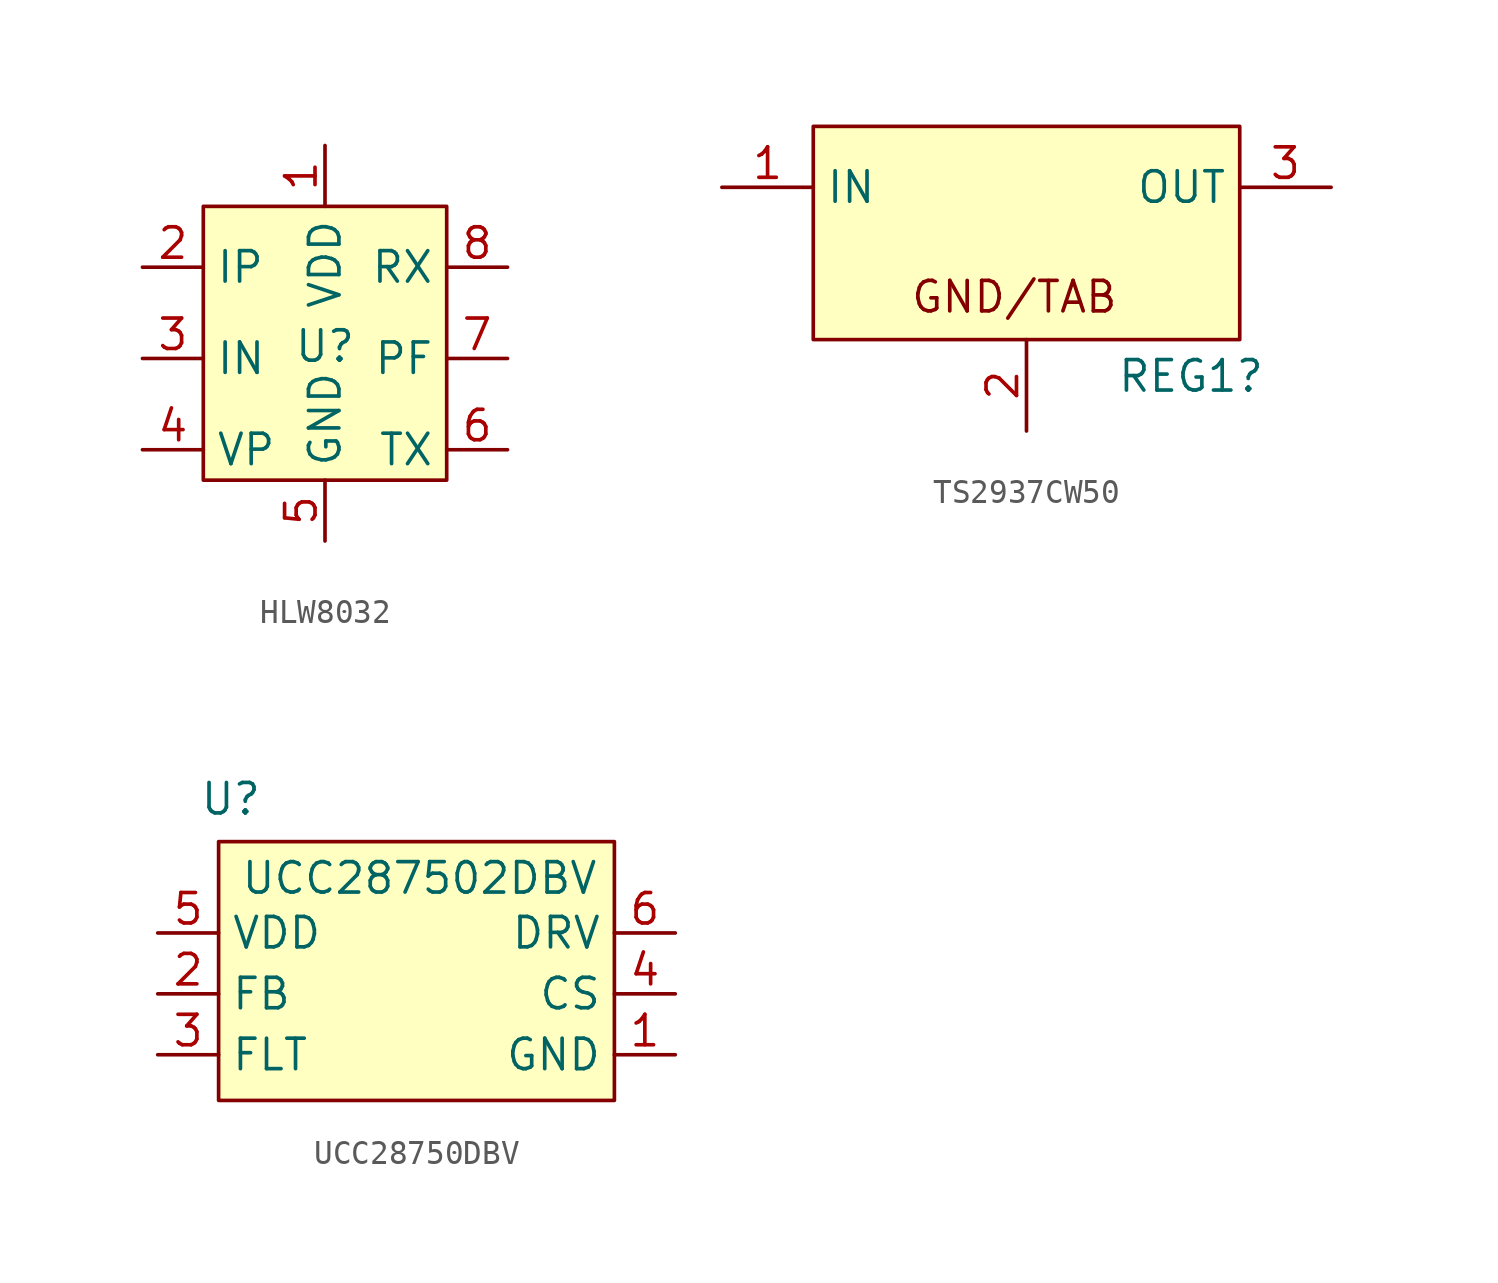
<source format=kicad_sym>
(kicad_symbol_lib
  (version 20231120)
  (generator "kicad_symbol_editor")
  (generator_version "8.0")
  (symbol "HLW8032"
    (property "Reference" "U"
      (at 0 0.508 0)
      (effects (font (size 1.27 1.27))))
    (symbol "HLW8032_1_1"
      (rectangle (start -5.08 6.35) (end 5.08 -5.08) (stroke (width 0) (type default)) (fill (type background)))
      (pin power_in line (at 0 8.89 270) (length 2.54) (name "VDD" (effects (font (size 1.27 1.27)))) (number "1" (effects (font (size 1.27 1.27)))))
      (pin input line (at -7.62 3.81 0) (length 2.54) (name "IP" (effects (font (size 1.27 1.27)))) (number "2" (effects (font (size 1.27 1.27)))))
      (pin input line (at -7.62 0 0) (length 2.54) (name "IN" (effects (font (size 1.27 1.27)))) (number "3" (effects (font (size 1.27 1.27)))))
      (pin input line (at -7.62 -3.81 0) (length 2.54) (name "VP" (effects (font (size 1.27 1.27)))) (number "4" (effects (font (size 1.27 1.27)))))
      (pin power_in line (at 0 -7.62 90) (length 2.54) (name "GND" (effects (font (size 1.27 1.27)))) (number "5" (effects (font (size 1.27 1.27)))))
      (pin output line (at 7.62 -3.81 180) (length 2.54) (name "TX" (effects (font (size 1.27 1.27)))) (number "6" (effects (font (size 1.27 1.27)))))
      (pin output line (at 7.62 0 180) (length 2.54) (name "PF" (effects (font (size 1.27 1.27)))) (number "7" (effects (font (size 1.27 1.27)))))
      (pin output line (at 7.62 3.81 180) (length 2.54) (name "RX" (effects (font (size 1.27 1.27)))) (number "8" (effects (font (size 1.27 1.27)))))))
  (symbol "TS2937CW50"
    (property "Reference" "REG1"
      (at 6.858 -1.524 0)
      (effects (font (size 1.27 1.27))))
    (property "Value" ""
      (at -1.27 -3.81 0)
      (effects (font (size 1.27 1.27))))
    (symbol "TS2937CW50_1_1"
      (rectangle (start -8.89 8.89) (end 8.89 0) (stroke (width 0) (type default)) (fill (type background)))
      (text "GND/TAB\n" (at -0.508 1.778 0) (effects (font (size 1.27 1.27))))
      (pin power_in line (at -12.7 6.35 0) (length 3.81) (name "IN" (effects (font (size 1.27 1.27)))) (number "1" (effects (font (size 1.27 1.27)))))
      (pin power_in line (at 0 -3.81 90) (length 3.81) (name "~" (effects (font (size 1.27 1.27)))) (number "2" (effects (font (size 1.27 1.27)))))
      (pin power_out line (at 12.7 6.35 180) (length 3.81) (name "OUT" (effects (font (size 1.27 1.27)))) (number "3" (effects (font (size 1.27 1.27)))))))
  (symbol "UCC28750DBV"
    (property "Reference" "U"
      (at -8.382 8.128 0)
      (effects (font (size 1.27 1.27))))
    (property "Value" "UCC287502DBV"
      (at -0.508 4.826 0)
      (effects (font (size 1.27 1.27))))
    (symbol "UCC28750DBV_1_1"
      (rectangle (start -8.89 6.35) (end 7.62 -4.445) (stroke (width 0) (type default)) (fill (type background)))
      (pin power_in line (at 10.16 -2.54 180) (length 2.54) (name "GND" (effects (font (size 1.27 1.27)))) (number "1" (effects (font (size 1.27 1.27)))))
      (pin input line (at -11.43 0 0) (length 2.54) (name "FB" (effects (font (size 1.27 1.27)))) (number "2" (effects (font (size 1.27 1.27)))))
      (pin input line (at -11.43 -2.54 0) (length 2.54) (name "FLT" (effects (font (size 1.27 1.27)))) (number "3" (effects (font (size 1.27 1.27)))))
      (pin input line (at 10.16 0 180) (length 2.54) (name "CS" (effects (font (size 1.27 1.27)))) (number "4" (effects (font (size 1.27 1.27)))))
      (pin power_in line (at -11.43 2.54 0) (length 2.54) (name "VDD" (effects (font (size 1.27 1.27)))) (number "5" (effects (font (size 1.27 1.27)))))
      (pin input line (at 10.16 2.54 180) (length 2.54) (name "DRV" (effects (font (size 1.27 1.27)))) (number "6" (effects (font (size 1.27 1.27))))))))
</source>
